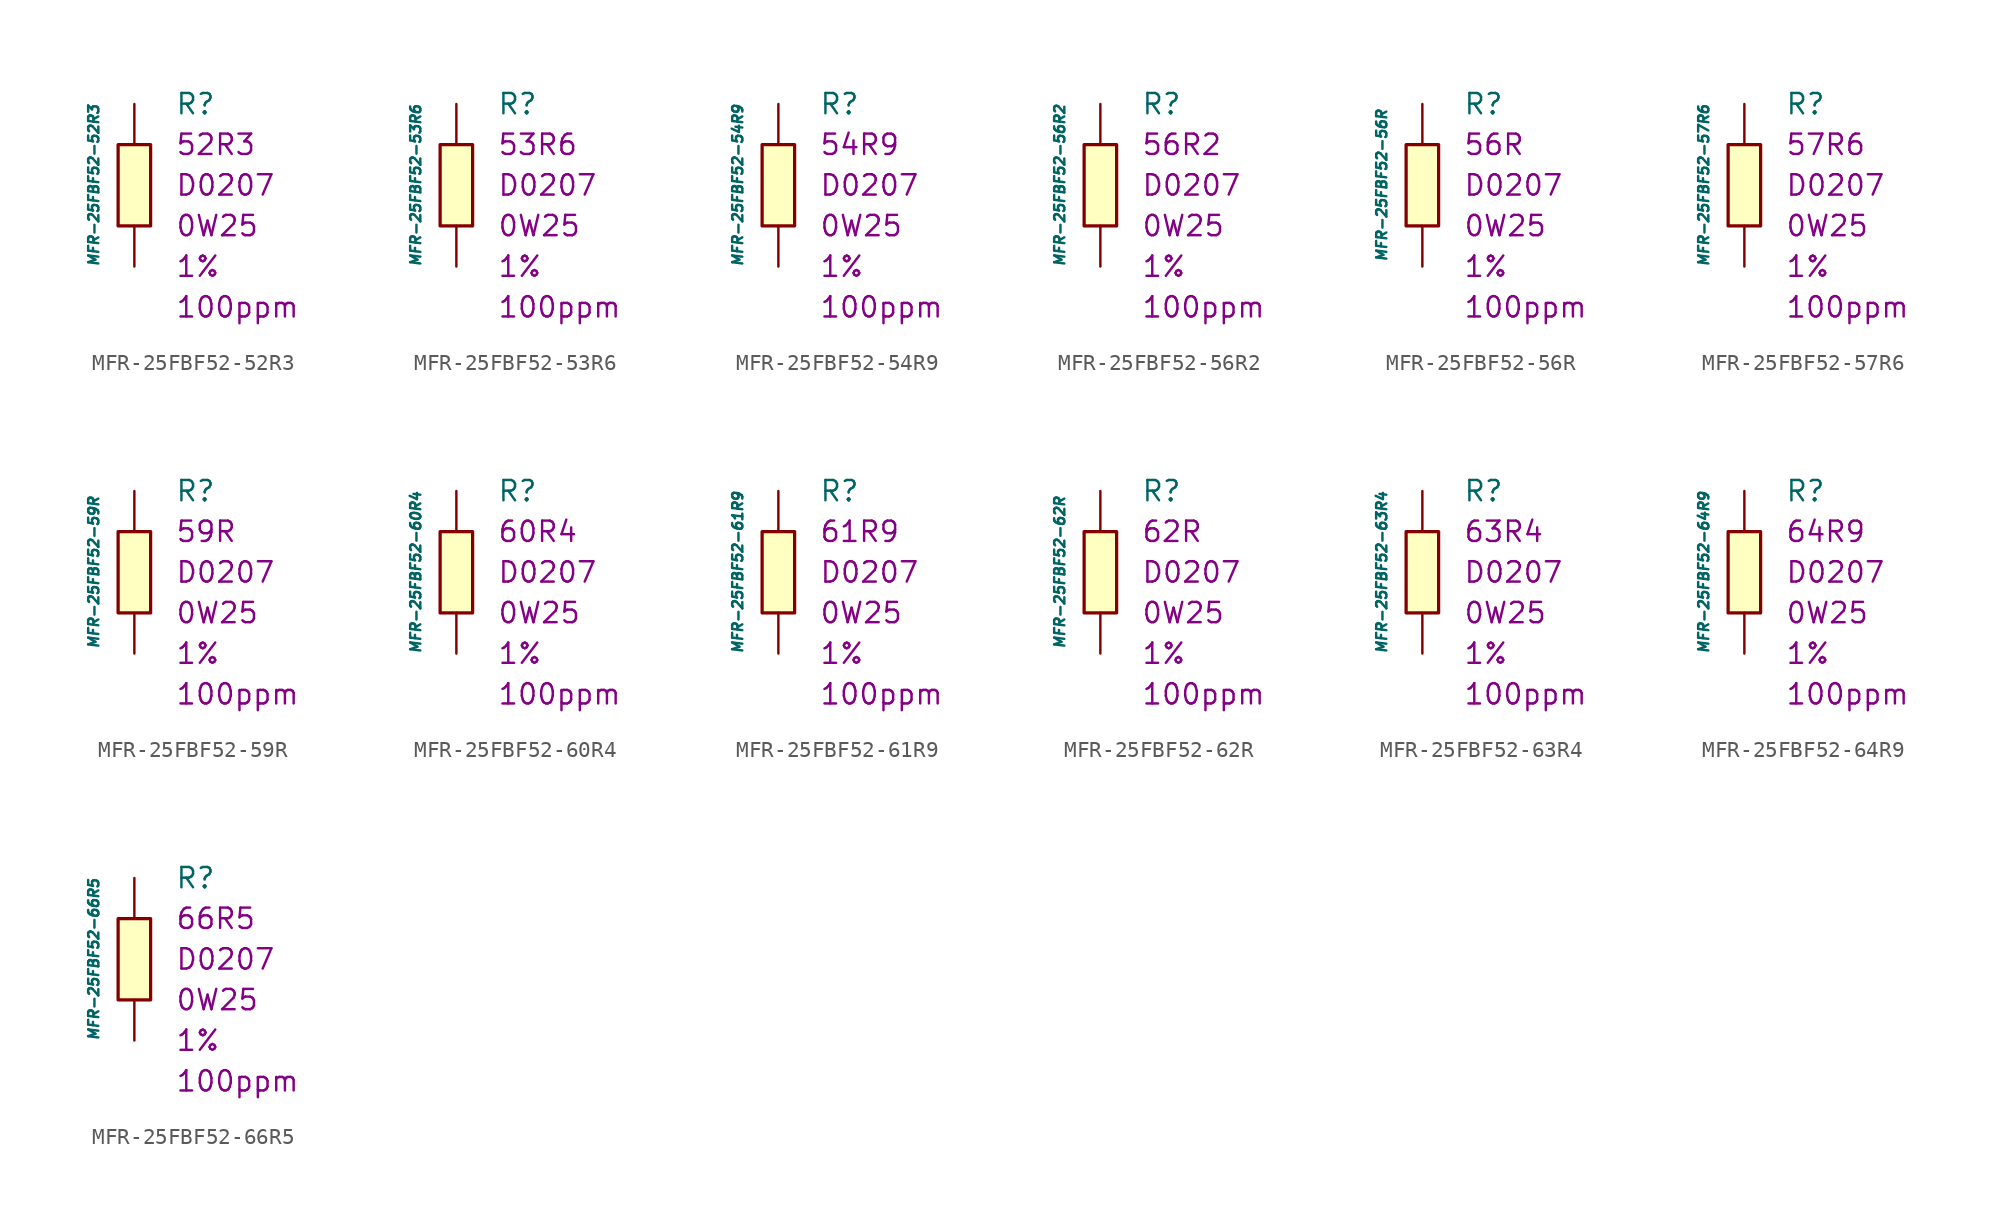
<source format=kicad_sym>
(kicad_symbol_lib
  (version 20211014)
  (generator kicad_symbol_editor)
  (symbol "MFR-25FBF52-52R3"
    (pin_numbers hide)
    (pin_names
      (offset 1.016) hide)
    (property "Reference" "R"
      (at 2.54 5.08 0)
      (effects (font (size 1.27 1.27)) (justify left)))
    (property "Value" "MFR-25FBF52-52R3"
      (at -2.54 0 90)
      (effects (font (size 0.635 0.635) italic)))
    (property "Package" "D0207"
      (at 2.54 0 0)
      (effects (font (size 1.27 1.27)) (justify left)))
    (property "Power" "0W25"
      (at 2.54 -2.54 0)
      (effects (font (size 1.27 1.27)) (justify left)))
    (property "Tolerance" "1%"
      (at 2.54 -5.08 0)
      (effects (font (size 1.27 1.27)) (justify left)))
    (property "TK" "100ppm"
      (at 2.54 -7.62 0)
      (effects (font (size 1.27 1.27)) (justify left)))
    (property "Val" "52R3"
      (at 2.54 2.54 0)
      (effects (font (size 1.27 1.27)) (justify left)))
    (symbol "MFR-25FBF52-52R3_0_1"
      (rectangle (start -1.016 2.54) (end 1.016 -2.54) (stroke (width 0.203) (type default) (color 0 0 0 0)) (fill (type background))))
    (symbol "MFR-25FBF52-52R3_1_1"
      (pin passive line (at 0 5.08 270) (length 2.54) (name "~" (effects (font (size 1.778 1.778)))) (number "1" (effects (font (size 1.778 1.778)))))
      (pin passive line (at 0 -5.08 90) (length 2.54) (name "~" (effects (font (size 1.778 1.778)))) (number "2" (effects (font (size 1.778 1.778)))))))
  (symbol "MFR-25FBF52-53R6"
    (pin_numbers hide)
    (pin_names
      (offset 1.016) hide)
    (property "Reference" "R"
      (at 2.54 5.08 0)
      (effects (font (size 1.27 1.27)) (justify left)))
    (property "Value" "MFR-25FBF52-53R6"
      (at -2.54 0 90)
      (effects (font (size 0.635 0.635) italic)))
    (property "Package" "D0207"
      (at 2.54 0 0)
      (effects (font (size 1.27 1.27)) (justify left)))
    (property "Power" "0W25"
      (at 2.54 -2.54 0)
      (effects (font (size 1.27 1.27)) (justify left)))
    (property "Tolerance" "1%"
      (at 2.54 -5.08 0)
      (effects (font (size 1.27 1.27)) (justify left)))
    (property "TK" "100ppm"
      (at 2.54 -7.62 0)
      (effects (font (size 1.27 1.27)) (justify left)))
    (property "Val" "53R6"
      (at 2.54 2.54 0)
      (effects (font (size 1.27 1.27)) (justify left)))
    (symbol "MFR-25FBF52-53R6_0_1"
      (rectangle (start -1.016 2.54) (end 1.016 -2.54) (stroke (width 0.203) (type default) (color 0 0 0 0)) (fill (type background))))
    (symbol "MFR-25FBF52-53R6_1_1"
      (pin passive line (at 0 5.08 270) (length 2.54) (name "~" (effects (font (size 1.778 1.778)))) (number "1" (effects (font (size 1.778 1.778)))))
      (pin passive line (at 0 -5.08 90) (length 2.54) (name "~" (effects (font (size 1.778 1.778)))) (number "2" (effects (font (size 1.778 1.778)))))))
  (symbol "MFR-25FBF52-54R9"
    (pin_numbers hide)
    (pin_names
      (offset 1.016) hide)
    (property "Reference" "R"
      (at 2.54 5.08 0)
      (effects (font (size 1.27 1.27)) (justify left)))
    (property "Value" "MFR-25FBF52-54R9"
      (at -2.54 0 90)
      (effects (font (size 0.635 0.635) italic)))
    (property "Package" "D0207"
      (at 2.54 0 0)
      (effects (font (size 1.27 1.27)) (justify left)))
    (property "Power" "0W25"
      (at 2.54 -2.54 0)
      (effects (font (size 1.27 1.27)) (justify left)))
    (property "Tolerance" "1%"
      (at 2.54 -5.08 0)
      (effects (font (size 1.27 1.27)) (justify left)))
    (property "TK" "100ppm"
      (at 2.54 -7.62 0)
      (effects (font (size 1.27 1.27)) (justify left)))
    (property "Val" "54R9"
      (at 2.54 2.54 0)
      (effects (font (size 1.27 1.27)) (justify left)))
    (symbol "MFR-25FBF52-54R9_0_1"
      (rectangle (start -1.016 2.54) (end 1.016 -2.54) (stroke (width 0.203) (type default) (color 0 0 0 0)) (fill (type background))))
    (symbol "MFR-25FBF52-54R9_1_1"
      (pin passive line (at 0 5.08 270) (length 2.54) (name "~" (effects (font (size 1.778 1.778)))) (number "1" (effects (font (size 1.778 1.778)))))
      (pin passive line (at 0 -5.08 90) (length 2.54) (name "~" (effects (font (size 1.778 1.778)))) (number "2" (effects (font (size 1.778 1.778)))))))
  (symbol "MFR-25FBF52-56R2"
    (pin_numbers hide)
    (pin_names
      (offset 1.016) hide)
    (property "Reference" "R"
      (at 2.54 5.08 0)
      (effects (font (size 1.27 1.27)) (justify left)))
    (property "Value" "MFR-25FBF52-56R2"
      (at -2.54 0 90)
      (effects (font (size 0.635 0.635) italic)))
    (property "Package" "D0207"
      (at 2.54 0 0)
      (effects (font (size 1.27 1.27)) (justify left)))
    (property "Power" "0W25"
      (at 2.54 -2.54 0)
      (effects (font (size 1.27 1.27)) (justify left)))
    (property "Tolerance" "1%"
      (at 2.54 -5.08 0)
      (effects (font (size 1.27 1.27)) (justify left)))
    (property "TK" "100ppm"
      (at 2.54 -7.62 0)
      (effects (font (size 1.27 1.27)) (justify left)))
    (property "Val" "56R2"
      (at 2.54 2.54 0)
      (effects (font (size 1.27 1.27)) (justify left)))
    (symbol "MFR-25FBF52-56R2_0_1"
      (rectangle (start -1.016 2.54) (end 1.016 -2.54) (stroke (width 0.203) (type default) (color 0 0 0 0)) (fill (type background))))
    (symbol "MFR-25FBF52-56R2_1_1"
      (pin passive line (at 0 5.08 270) (length 2.54) (name "~" (effects (font (size 1.778 1.778)))) (number "1" (effects (font (size 1.778 1.778)))))
      (pin passive line (at 0 -5.08 90) (length 2.54) (name "~" (effects (font (size 1.778 1.778)))) (number "2" (effects (font (size 1.778 1.778)))))))
  (symbol "MFR-25FBF52-56R"
    (pin_numbers hide)
    (pin_names
      (offset 1.016) hide)
    (property "Reference" "R"
      (at 2.54 5.08 0)
      (effects (font (size 1.27 1.27)) (justify left)))
    (property "Value" "MFR-25FBF52-56R"
      (at -2.54 0 90)
      (effects (font (size 0.635 0.635) italic)))
    (property "Package" "D0207"
      (at 2.54 0 0)
      (effects (font (size 1.27 1.27)) (justify left)))
    (property "Power" "0W25"
      (at 2.54 -2.54 0)
      (effects (font (size 1.27 1.27)) (justify left)))
    (property "Tolerance" "1%"
      (at 2.54 -5.08 0)
      (effects (font (size 1.27 1.27)) (justify left)))
    (property "TK" "100ppm"
      (at 2.54 -7.62 0)
      (effects (font (size 1.27 1.27)) (justify left)))
    (property "Val" "56R"
      (at 2.54 2.54 0)
      (effects (font (size 1.27 1.27)) (justify left)))
    (symbol "MFR-25FBF52-56R_0_1"
      (rectangle (start -1.016 2.54) (end 1.016 -2.54) (stroke (width 0.203) (type default) (color 0 0 0 0)) (fill (type background))))
    (symbol "MFR-25FBF52-56R_1_1"
      (pin passive line (at 0 5.08 270) (length 2.54) (name "~" (effects (font (size 1.778 1.778)))) (number "1" (effects (font (size 1.778 1.778)))))
      (pin passive line (at 0 -5.08 90) (length 2.54) (name "~" (effects (font (size 1.778 1.778)))) (number "2" (effects (font (size 1.778 1.778)))))))
  (symbol "MFR-25FBF52-57R6"
    (pin_numbers hide)
    (pin_names
      (offset 1.016) hide)
    (property "Reference" "R"
      (at 2.54 5.08 0)
      (effects (font (size 1.27 1.27)) (justify left)))
    (property "Value" "MFR-25FBF52-57R6"
      (at -2.54 0 90)
      (effects (font (size 0.635 0.635) italic)))
    (property "Package" "D0207"
      (at 2.54 0 0)
      (effects (font (size 1.27 1.27)) (justify left)))
    (property "Power" "0W25"
      (at 2.54 -2.54 0)
      (effects (font (size 1.27 1.27)) (justify left)))
    (property "Tolerance" "1%"
      (at 2.54 -5.08 0)
      (effects (font (size 1.27 1.27)) (justify left)))
    (property "TK" "100ppm"
      (at 2.54 -7.62 0)
      (effects (font (size 1.27 1.27)) (justify left)))
    (property "Val" "57R6"
      (at 2.54 2.54 0)
      (effects (font (size 1.27 1.27)) (justify left)))
    (symbol "MFR-25FBF52-57R6_0_1"
      (rectangle (start -1.016 2.54) (end 1.016 -2.54) (stroke (width 0.203) (type default) (color 0 0 0 0)) (fill (type background))))
    (symbol "MFR-25FBF52-57R6_1_1"
      (pin passive line (at 0 5.08 270) (length 2.54) (name "~" (effects (font (size 1.778 1.778)))) (number "1" (effects (font (size 1.778 1.778)))))
      (pin passive line (at 0 -5.08 90) (length 2.54) (name "~" (effects (font (size 1.778 1.778)))) (number "2" (effects (font (size 1.778 1.778)))))))
  (symbol "MFR-25FBF52-59R"
    (pin_numbers hide)
    (pin_names
      (offset 1.016) hide)
    (property "Reference" "R"
      (at 2.54 5.08 0)
      (effects (font (size 1.27 1.27)) (justify left)))
    (property "Value" "MFR-25FBF52-59R"
      (at -2.54 0 90)
      (effects (font (size 0.635 0.635) italic)))
    (property "Package" "D0207"
      (at 2.54 0 0)
      (effects (font (size 1.27 1.27)) (justify left)))
    (property "Power" "0W25"
      (at 2.54 -2.54 0)
      (effects (font (size 1.27 1.27)) (justify left)))
    (property "Tolerance" "1%"
      (at 2.54 -5.08 0)
      (effects (font (size 1.27 1.27)) (justify left)))
    (property "TK" "100ppm"
      (at 2.54 -7.62 0)
      (effects (font (size 1.27 1.27)) (justify left)))
    (property "Val" "59R"
      (at 2.54 2.54 0)
      (effects (font (size 1.27 1.27)) (justify left)))
    (symbol "MFR-25FBF52-59R_0_1"
      (rectangle (start -1.016 2.54) (end 1.016 -2.54) (stroke (width 0.203) (type default) (color 0 0 0 0)) (fill (type background))))
    (symbol "MFR-25FBF52-59R_1_1"
      (pin passive line (at 0 5.08 270) (length 2.54) (name "~" (effects (font (size 1.778 1.778)))) (number "1" (effects (font (size 1.778 1.778)))))
      (pin passive line (at 0 -5.08 90) (length 2.54) (name "~" (effects (font (size 1.778 1.778)))) (number "2" (effects (font (size 1.778 1.778)))))))
  (symbol "MFR-25FBF52-60R4"
    (pin_numbers hide)
    (pin_names
      (offset 1.016) hide)
    (property "Reference" "R"
      (at 2.54 5.08 0)
      (effects (font (size 1.27 1.27)) (justify left)))
    (property "Value" "MFR-25FBF52-60R4"
      (at -2.54 0 90)
      (effects (font (size 0.635 0.635) italic)))
    (property "Package" "D0207"
      (at 2.54 0 0)
      (effects (font (size 1.27 1.27)) (justify left)))
    (property "Power" "0W25"
      (at 2.54 -2.54 0)
      (effects (font (size 1.27 1.27)) (justify left)))
    (property "Tolerance" "1%"
      (at 2.54 -5.08 0)
      (effects (font (size 1.27 1.27)) (justify left)))
    (property "TK" "100ppm"
      (at 2.54 -7.62 0)
      (effects (font (size 1.27 1.27)) (justify left)))
    (property "Val" "60R4"
      (at 2.54 2.54 0)
      (effects (font (size 1.27 1.27)) (justify left)))
    (symbol "MFR-25FBF52-60R4_0_1"
      (rectangle (start -1.016 2.54) (end 1.016 -2.54) (stroke (width 0.203) (type default) (color 0 0 0 0)) (fill (type background))))
    (symbol "MFR-25FBF52-60R4_1_1"
      (pin passive line (at 0 5.08 270) (length 2.54) (name "~" (effects (font (size 1.778 1.778)))) (number "1" (effects (font (size 1.778 1.778)))))
      (pin passive line (at 0 -5.08 90) (length 2.54) (name "~" (effects (font (size 1.778 1.778)))) (number "2" (effects (font (size 1.778 1.778)))))))
  (symbol "MFR-25FBF52-61R9"
    (pin_numbers hide)
    (pin_names
      (offset 1.016) hide)
    (property "Reference" "R"
      (at 2.54 5.08 0)
      (effects (font (size 1.27 1.27)) (justify left)))
    (property "Value" "MFR-25FBF52-61R9"
      (at -2.54 0 90)
      (effects (font (size 0.635 0.635) italic)))
    (property "Package" "D0207"
      (at 2.54 0 0)
      (effects (font (size 1.27 1.27)) (justify left)))
    (property "Power" "0W25"
      (at 2.54 -2.54 0)
      (effects (font (size 1.27 1.27)) (justify left)))
    (property "Tolerance" "1%"
      (at 2.54 -5.08 0)
      (effects (font (size 1.27 1.27)) (justify left)))
    (property "TK" "100ppm"
      (at 2.54 -7.62 0)
      (effects (font (size 1.27 1.27)) (justify left)))
    (property "Val" "61R9"
      (at 2.54 2.54 0)
      (effects (font (size 1.27 1.27)) (justify left)))
    (symbol "MFR-25FBF52-61R9_0_1"
      (rectangle (start -1.016 2.54) (end 1.016 -2.54) (stroke (width 0.203) (type default) (color 0 0 0 0)) (fill (type background))))
    (symbol "MFR-25FBF52-61R9_1_1"
      (pin passive line (at 0 5.08 270) (length 2.54) (name "~" (effects (font (size 1.778 1.778)))) (number "1" (effects (font (size 1.778 1.778)))))
      (pin passive line (at 0 -5.08 90) (length 2.54) (name "~" (effects (font (size 1.778 1.778)))) (number "2" (effects (font (size 1.778 1.778)))))))
  (symbol "MFR-25FBF52-62R"
    (pin_numbers hide)
    (pin_names
      (offset 1.016) hide)
    (property "Reference" "R"
      (at 2.54 5.08 0)
      (effects (font (size 1.27 1.27)) (justify left)))
    (property "Value" "MFR-25FBF52-62R"
      (at -2.54 0 90)
      (effects (font (size 0.635 0.635) italic)))
    (property "Package" "D0207"
      (at 2.54 0 0)
      (effects (font (size 1.27 1.27)) (justify left)))
    (property "Power" "0W25"
      (at 2.54 -2.54 0)
      (effects (font (size 1.27 1.27)) (justify left)))
    (property "Tolerance" "1%"
      (at 2.54 -5.08 0)
      (effects (font (size 1.27 1.27)) (justify left)))
    (property "TK" "100ppm"
      (at 2.54 -7.62 0)
      (effects (font (size 1.27 1.27)) (justify left)))
    (property "Val" "62R"
      (at 2.54 2.54 0)
      (effects (font (size 1.27 1.27)) (justify left)))
    (symbol "MFR-25FBF52-62R_0_1"
      (rectangle (start -1.016 2.54) (end 1.016 -2.54) (stroke (width 0.203) (type default) (color 0 0 0 0)) (fill (type background))))
    (symbol "MFR-25FBF52-62R_1_1"
      (pin passive line (at 0 5.08 270) (length 2.54) (name "~" (effects (font (size 1.778 1.778)))) (number "1" (effects (font (size 1.778 1.778)))))
      (pin passive line (at 0 -5.08 90) (length 2.54) (name "~" (effects (font (size 1.778 1.778)))) (number "2" (effects (font (size 1.778 1.778)))))))
  (symbol "MFR-25FBF52-63R4"
    (pin_numbers hide)
    (pin_names
      (offset 1.016) hide)
    (property "Reference" "R"
      (at 2.54 5.08 0)
      (effects (font (size 1.27 1.27)) (justify left)))
    (property "Value" "MFR-25FBF52-63R4"
      (at -2.54 0 90)
      (effects (font (size 0.635 0.635) italic)))
    (property "Package" "D0207"
      (at 2.54 0 0)
      (effects (font (size 1.27 1.27)) (justify left)))
    (property "Power" "0W25"
      (at 2.54 -2.54 0)
      (effects (font (size 1.27 1.27)) (justify left)))
    (property "Tolerance" "1%"
      (at 2.54 -5.08 0)
      (effects (font (size 1.27 1.27)) (justify left)))
    (property "TK" "100ppm"
      (at 2.54 -7.62 0)
      (effects (font (size 1.27 1.27)) (justify left)))
    (property "Val" "63R4"
      (at 2.54 2.54 0)
      (effects (font (size 1.27 1.27)) (justify left)))
    (symbol "MFR-25FBF52-63R4_0_1"
      (rectangle (start -1.016 2.54) (end 1.016 -2.54) (stroke (width 0.203) (type default) (color 0 0 0 0)) (fill (type background))))
    (symbol "MFR-25FBF52-63R4_1_1"
      (pin passive line (at 0 5.08 270) (length 2.54) (name "~" (effects (font (size 1.778 1.778)))) (number "1" (effects (font (size 1.778 1.778)))))
      (pin passive line (at 0 -5.08 90) (length 2.54) (name "~" (effects (font (size 1.778 1.778)))) (number "2" (effects (font (size 1.778 1.778)))))))
  (symbol "MFR-25FBF52-64R9"
    (pin_numbers hide)
    (pin_names
      (offset 1.016) hide)
    (property "Reference" "R"
      (at 2.54 5.08 0)
      (effects (font (size 1.27 1.27)) (justify left)))
    (property "Value" "MFR-25FBF52-64R9"
      (at -2.54 0 90)
      (effects (font (size 0.635 0.635) italic)))
    (property "Package" "D0207"
      (at 2.54 0 0)
      (effects (font (size 1.27 1.27)) (justify left)))
    (property "Power" "0W25"
      (at 2.54 -2.54 0)
      (effects (font (size 1.27 1.27)) (justify left)))
    (property "Tolerance" "1%"
      (at 2.54 -5.08 0)
      (effects (font (size 1.27 1.27)) (justify left)))
    (property "TK" "100ppm"
      (at 2.54 -7.62 0)
      (effects (font (size 1.27 1.27)) (justify left)))
    (property "Val" "64R9"
      (at 2.54 2.54 0)
      (effects (font (size 1.27 1.27)) (justify left)))
    (symbol "MFR-25FBF52-64R9_0_1"
      (rectangle (start -1.016 2.54) (end 1.016 -2.54) (stroke (width 0.203) (type default) (color 0 0 0 0)) (fill (type background))))
    (symbol "MFR-25FBF52-64R9_1_1"
      (pin passive line (at 0 5.08 270) (length 2.54) (name "~" (effects (font (size 1.778 1.778)))) (number "1" (effects (font (size 1.778 1.778)))))
      (pin passive line (at 0 -5.08 90) (length 2.54) (name "~" (effects (font (size 1.778 1.778)))) (number "2" (effects (font (size 1.778 1.778)))))))
  (symbol "MFR-25FBF52-66R5"
    (pin_numbers hide)
    (pin_names
      (offset 1.016) hide)
    (property "Reference" "R"
      (at 2.54 5.08 0)
      (effects (font (size 1.27 1.27)) (justify left)))
    (property "Value" "MFR-25FBF52-66R5"
      (at -2.54 0 90)
      (effects (font (size 0.635 0.635) italic)))
    (property "Package" "D0207"
      (at 2.54 0 0)
      (effects (font (size 1.27 1.27)) (justify left)))
    (property "Power" "0W25"
      (at 2.54 -2.54 0)
      (effects (font (size 1.27 1.27)) (justify left)))
    (property "Tolerance" "1%"
      (at 2.54 -5.08 0)
      (effects (font (size 1.27 1.27)) (justify left)))
    (property "TK" "100ppm"
      (at 2.54 -7.62 0)
      (effects (font (size 1.27 1.27)) (justify left)))
    (property "Val" "66R5"
      (at 2.54 2.54 0)
      (effects (font (size 1.27 1.27)) (justify left)))
    (symbol "MFR-25FBF52-66R5_0_1"
      (rectangle (start -1.016 2.54) (end 1.016 -2.54) (stroke (width 0.203) (type default) (color 0 0 0 0)) (fill (type background))))
    (symbol "MFR-25FBF52-66R5_1_1"
      (pin passive line (at 0 5.08 270) (length 2.54) (name "~" (effects (font (size 1.778 1.778)))) (number "1" (effects (font (size 1.778 1.778)))))
      (pin passive line (at 0 -5.08 90) (length 2.54) (name "~" (effects (font (size 1.778 1.778)))) (number "2" (effects (font (size 1.778 1.778))))))))
</source>
